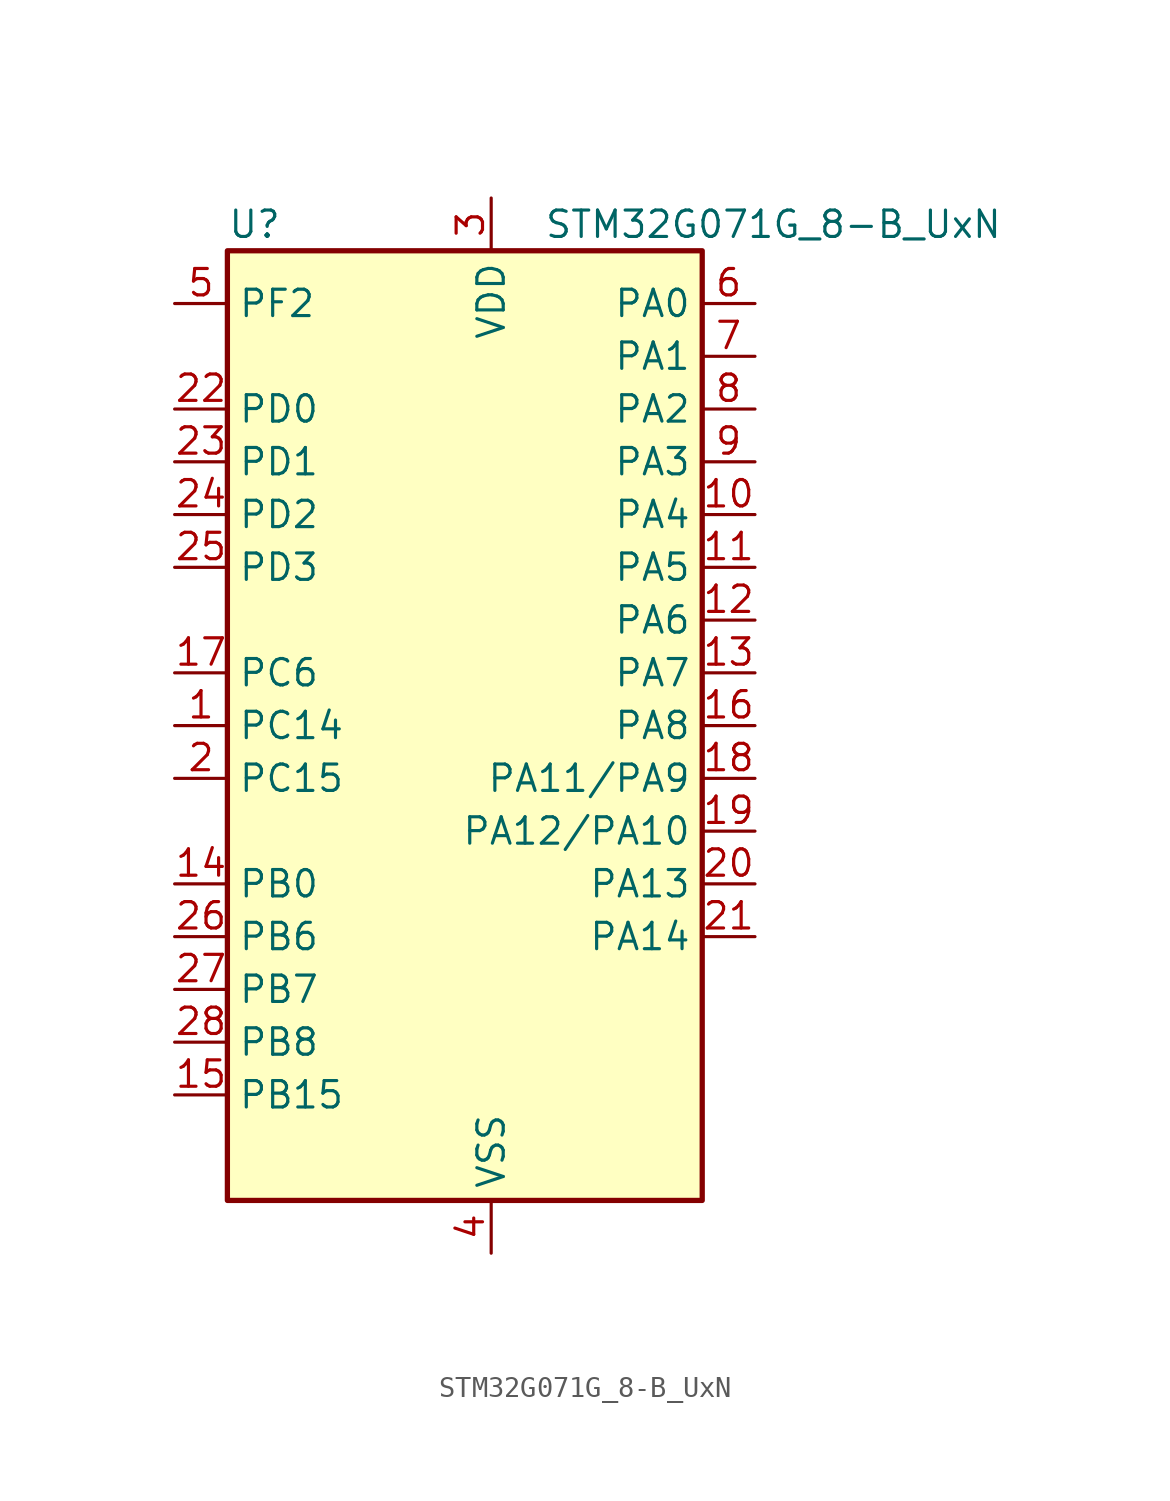
<source format=kicad_sym>
(kicad_symbol_lib
  (version 20231120)
  (generator "kicad_symbol_editor")
  (generator_version "8.0")
  (symbol "STM32G071G_8-B_UxN"
    (property "Reference" "U"
      (at -10.16 24.13 0)
      (effects (font (size 1.27 1.27)) (justify left)))
    (property "Value" "STM32G071G_8-B_UxN"
      (at 5.08 24.13 0)
      (effects (font (size 1.27 1.27)) (justify left)))
    (property "ki_locked" ""
      (at 0 0 0)
      (effects (font (size 1.27 1.27))))
    (symbol "STM32G071G_8-B_UxN_0_1"
      (rectangle (start -10.16 -22.86) (end 12.7 22.86) (stroke (width 0.254) (type default)) (fill (type background))))
    (symbol "STM32G071G_8-B_UxN_1_1"
      (pin bidirectional line (at -12.7 0 0) (length 2.54) (name "PC14" (effects (font (size 1.27 1.27)))) (number "1" (effects (font (size 1.27 1.27)))) (alternate "RCC_OSC32_IN" bidirectional line) (alternate "RCC_OSC_IN" bidirectional line) (alternate "TIM1_BK2" bidirectional line))
      (pin bidirectional line (at 15.24 10.16 180) (length 2.54) (name "PA4" (effects (font (size 1.27 1.27)))) (number "10" (effects (font (size 1.27 1.27)))) (alternate "ADC1_IN4" bidirectional line) (alternate "DAC1_OUT1" bidirectional line) (alternate "I2S1_WS" bidirectional line) (alternate "LPTIM2_OUT" bidirectional line) (alternate "RTC_OUT_ALARM" bidirectional line) (alternate "RTC_OUT_CALIB" bidirectional line) (alternate "RTC_TAMP_IN1" bidirectional line) (alternate "RTC_TS" bidirectional line) (alternate "SPI1_NSS" bidirectional line) (alternate "SPI2_MOSI" bidirectional line) (alternate "SYS_WKUP2" bidirectional line) (alternate "TIM14_CH1" bidirectional line) (alternate "UCPD2_FRSTX1" bidirectional line) (alternate "UCPD2_FRSTX2" bidirectional line))
      (pin bidirectional line (at 15.24 7.62 180) (length 2.54) (name "PA5" (effects (font (size 1.27 1.27)))) (number "11" (effects (font (size 1.27 1.27)))) (alternate "ADC1_IN5" bidirectional line) (alternate "CEC" bidirectional line) (alternate "DAC1_OUT2" bidirectional line) (alternate "I2S1_CK" bidirectional line) (alternate "LPTIM2_ETR" bidirectional line) (alternate "SPI1_SCK" bidirectional line) (alternate "TIM2_CH1" bidirectional line) (alternate "TIM2_ETR" bidirectional line) (alternate "UCPD1_FRSTX1" bidirectional line) (alternate "UCPD1_FRSTX2" bidirectional line) (alternate "USART3_TX" bidirectional line))
      (pin bidirectional line (at 15.24 5.08 180) (length 2.54) (name "PA6" (effects (font (size 1.27 1.27)))) (number "12" (effects (font (size 1.27 1.27)))) (alternate "ADC1_IN6" bidirectional line) (alternate "COMP1_OUT" bidirectional line) (alternate "I2S1_MCK" bidirectional line) (alternate "LPUART1_CTS" bidirectional line) (alternate "SPI1_MISO" bidirectional line) (alternate "TIM16_CH1" bidirectional line) (alternate "TIM1_BK" bidirectional line) (alternate "TIM3_CH1" bidirectional line) (alternate "USART3_CTS" bidirectional line) (alternate "USART3_NSS" bidirectional line))
      (pin bidirectional line (at 15.24 2.54 180) (length 2.54) (name "PA7" (effects (font (size 1.27 1.27)))) (number "13" (effects (font (size 1.27 1.27)))) (alternate "ADC1_IN7" bidirectional line) (alternate "COMP2_OUT" bidirectional line) (alternate "I2S1_SD" bidirectional line) (alternate "SPI1_MOSI" bidirectional line) (alternate "TIM14_CH1" bidirectional line) (alternate "TIM17_CH1" bidirectional line) (alternate "TIM1_CH1N" bidirectional line) (alternate "TIM3_CH2" bidirectional line) (alternate "UCPD1_FRSTX1" bidirectional line) (alternate "UCPD1_FRSTX2" bidirectional line))
      (pin bidirectional line (at -12.7 -7.62 0) (length 2.54) (name "PB0" (effects (font (size 1.27 1.27)))) (number "14" (effects (font (size 1.27 1.27)))) (alternate "ADC1_IN8" bidirectional line) (alternate "COMP1_OUT" bidirectional line) (alternate "I2S1_WS" bidirectional line) (alternate "LPTIM1_OUT" bidirectional line) (alternate "SPI1_NSS" bidirectional line) (alternate "TIM1_CH2N" bidirectional line) (alternate "TIM3_CH3" bidirectional line) (alternate "UCPD1_DBCC2" bidirectional line) (alternate "UCPD1_FRSTX1" bidirectional line) (alternate "UCPD1_FRSTX2" bidirectional line) (alternate "USART3_RX" bidirectional line))
      (pin bidirectional line (at -12.7 -17.78 0) (length 2.54) (name "PB15" (effects (font (size 1.27 1.27)))) (number "15" (effects (font (size 1.27 1.27)))) (alternate "RTC_REFIN" bidirectional line) (alternate "SPI2_MOSI" bidirectional line) (alternate "TIM15_CH1N" bidirectional line) (alternate "TIM15_CH2" bidirectional line) (alternate "TIM1_CH3N" bidirectional line) (alternate "UCPD1_CC2" bidirectional line))
      (pin bidirectional line (at 15.24 0 180) (length 2.54) (name "PA8" (effects (font (size 1.27 1.27)))) (number "16" (effects (font (size 1.27 1.27)))) (alternate "LPTIM2_OUT" bidirectional line) (alternate "RCC_MCO" bidirectional line) (alternate "SPI2_NSS" bidirectional line) (alternate "TIM1_CH1" bidirectional line) (alternate "UCPD1_CC1" bidirectional line))
      (pin bidirectional line (at -12.7 2.54 0) (length 2.54) (name "PC6" (effects (font (size 1.27 1.27)))) (number "17" (effects (font (size 1.27 1.27)))) (alternate "TIM2_CH3" bidirectional line) (alternate "TIM3_CH1" bidirectional line) (alternate "UCPD1_DBCC1" bidirectional line) (alternate "UCPD1_FRSTX1" bidirectional line) (alternate "UCPD1_FRSTX2" bidirectional line))
      (pin bidirectional line (at 15.24 -2.54 180) (length 2.54) (name "PA11/PA9" (effects (font (size 1.27 1.27)))) (number "18" (effects (font (size 1.27 1.27)))) (alternate "ADC1_EXTI11" bidirectional line) (alternate "COMP1_OUT" bidirectional line) (alternate "I2C2_SCL" bidirectional line) (alternate "I2S1_MCK" bidirectional line) (alternate "SPI1_MISO" bidirectional line) (alternate "TIM1_BK2" bidirectional line) (alternate "TIM1_CH4" bidirectional line) (alternate "USART1_CTS" bidirectional line) (alternate "USART1_NSS" bidirectional line))
      (pin bidirectional line (at 15.24 -5.08 180) (length 2.54) (name "PA12/PA10" (effects (font (size 1.27 1.27)))) (number "19" (effects (font (size 1.27 1.27)))) (alternate "COMP2_OUT" bidirectional line) (alternate "I2C2_SDA" bidirectional line) (alternate "I2S1_SD" bidirectional line) (alternate "I2S_CKIN" bidirectional line) (alternate "SPI1_MOSI" bidirectional line) (alternate "TIM1_ETR" bidirectional line) (alternate "USART1_CK" bidirectional line) (alternate "USART1_DE" bidirectional line) (alternate "USART1_RTS" bidirectional line))
      (pin bidirectional line (at -12.7 -2.54 0) (length 2.54) (name "PC15" (effects (font (size 1.27 1.27)))) (number "2" (effects (font (size 1.27 1.27)))) (alternate "RCC_OSC32_EN" bidirectional line) (alternate "RCC_OSC32_OUT" bidirectional line) (alternate "RCC_OSC_EN" bidirectional line) (alternate "TIM15_BK" bidirectional line))
      (pin bidirectional line (at 15.24 -7.62 180) (length 2.54) (name "PA13" (effects (font (size 1.27 1.27)))) (number "20" (effects (font (size 1.27 1.27)))) (alternate "IR_OUT" bidirectional line) (alternate "SYS_SWDIO" bidirectional line))
      (pin bidirectional line (at 15.24 -10.16 180) (length 2.54) (name "PA14" (effects (font (size 1.27 1.27)))) (number "21" (effects (font (size 1.27 1.27)))) (alternate "SYS_SWCLK" bidirectional line) (alternate "USART2_TX" bidirectional line))
      (pin bidirectional line (at -12.7 15.24 0) (length 2.54) (name "PD0" (effects (font (size 1.27 1.27)))) (number "22" (effects (font (size 1.27 1.27)))) (alternate "SPI2_NSS" bidirectional line) (alternate "TIM16_CH1" bidirectional line) (alternate "UCPD2_CC1" bidirectional line))
      (pin bidirectional line (at -12.7 12.7 0) (length 2.54) (name "PD1" (effects (font (size 1.27 1.27)))) (number "23" (effects (font (size 1.27 1.27)))) (alternate "SPI2_SCK" bidirectional line) (alternate "TIM17_CH1" bidirectional line) (alternate "UCPD2_DBCC1" bidirectional line))
      (pin bidirectional line (at -12.7 10.16 0) (length 2.54) (name "PD2" (effects (font (size 1.27 1.27)))) (number "24" (effects (font (size 1.27 1.27)))) (alternate "TIM1_CH1N" bidirectional line) (alternate "TIM3_ETR" bidirectional line) (alternate "UCPD2_CC2" bidirectional line) (alternate "USART3_CK" bidirectional line) (alternate "USART3_DE" bidirectional line) (alternate "USART3_RTS" bidirectional line))
      (pin bidirectional line (at -12.7 7.62 0) (length 2.54) (name "PD3" (effects (font (size 1.27 1.27)))) (number "25" (effects (font (size 1.27 1.27)))) (alternate "SPI2_MISO" bidirectional line) (alternate "TIM1_CH2N" bidirectional line) (alternate "UCPD2_DBCC2" bidirectional line) (alternate "USART2_CTS" bidirectional line) (alternate "USART2_NSS" bidirectional line))
      (pin bidirectional line (at -12.7 -10.16 0) (length 2.54) (name "PB6" (effects (font (size 1.27 1.27)))) (number "26" (effects (font (size 1.27 1.27)))) (alternate "COMP2_INP" bidirectional line) (alternate "I2C1_SCL" bidirectional line) (alternate "LPTIM1_ETR" bidirectional line) (alternate "SPI2_MISO" bidirectional line) (alternate "TIM16_CH1N" bidirectional line) (alternate "TIM1_CH3" bidirectional line) (alternate "USART1_TX" bidirectional line))
      (pin bidirectional line (at -12.7 -12.7 0) (length 2.54) (name "PB7" (effects (font (size 1.27 1.27)))) (number "27" (effects (font (size 1.27 1.27)))) (alternate "COMP2_INM" bidirectional line) (alternate "I2C1_SDA" bidirectional line) (alternate "LPTIM1_IN2" bidirectional line) (alternate "SPI2_MOSI" bidirectional line) (alternate "SYS_PVD_IN" bidirectional line) (alternate "TIM17_CH1N" bidirectional line) (alternate "USART1_RX" bidirectional line) (alternate "USART4_CTS" bidirectional line) (alternate "USART4_NSS" bidirectional line))
      (pin bidirectional line (at -12.7 -15.24 0) (length 2.54) (name "PB8" (effects (font (size 1.27 1.27)))) (number "28" (effects (font (size 1.27 1.27)))) (alternate "CEC" bidirectional line) (alternate "I2C1_SCL" bidirectional line) (alternate "SPI2_SCK" bidirectional line) (alternate "TIM15_BK" bidirectional line) (alternate "TIM16_CH1" bidirectional line) (alternate "USART3_TX" bidirectional line))
      (pin power_in line (at 2.54 25.4 270) (length 2.54) (name "VDD" (effects (font (size 1.27 1.27)))) (number "3" (effects (font (size 1.27 1.27)))))
      (pin power_in line (at 2.54 -25.4 90) (length 2.54) (name "VSS" (effects (font (size 1.27 1.27)))) (number "4" (effects (font (size 1.27 1.27)))))
      (pin bidirectional line (at -12.7 20.32 0) (length 2.54) (name "PF2" (effects (font (size 1.27 1.27)))) (number "5" (effects (font (size 1.27 1.27)))) (alternate "RCC_MCO" bidirectional line))
      (pin bidirectional line (at 15.24 20.32 180) (length 2.54) (name "PA0" (effects (font (size 1.27 1.27)))) (number "6" (effects (font (size 1.27 1.27)))) (alternate "ADC1_IN0" bidirectional line) (alternate "COMP1_INM" bidirectional line) (alternate "COMP1_OUT" bidirectional line) (alternate "LPTIM1_OUT" bidirectional line) (alternate "RTC_TAMP_IN2" bidirectional line) (alternate "SPI2_SCK" bidirectional line) (alternate "SYS_WKUP1" bidirectional line) (alternate "TIM2_CH1" bidirectional line) (alternate "TIM2_ETR" bidirectional line) (alternate "UCPD2_FRSTX1" bidirectional line) (alternate "UCPD2_FRSTX2" bidirectional line) (alternate "USART2_CTS" bidirectional line) (alternate "USART2_NSS" bidirectional line) (alternate "USART4_TX" bidirectional line))
      (pin bidirectional line (at 15.24 17.78 180) (length 2.54) (name "PA1" (effects (font (size 1.27 1.27)))) (number "7" (effects (font (size 1.27 1.27)))) (alternate "ADC1_IN1" bidirectional line) (alternate "COMP1_INP" bidirectional line) (alternate "I2C1_SMBA" bidirectional line) (alternate "I2S1_CK" bidirectional line) (alternate "SPI1_SCK" bidirectional line) (alternate "TIM15_CH1N" bidirectional line) (alternate "TIM2_CH2" bidirectional line) (alternate "USART2_CK" bidirectional line) (alternate "USART2_DE" bidirectional line) (alternate "USART2_RTS" bidirectional line) (alternate "USART4_RX" bidirectional line))
      (pin bidirectional line (at 15.24 15.24 180) (length 2.54) (name "PA2" (effects (font (size 1.27 1.27)))) (number "8" (effects (font (size 1.27 1.27)))) (alternate "ADC1_IN2" bidirectional line) (alternate "COMP2_INM" bidirectional line) (alternate "COMP2_OUT" bidirectional line) (alternate "I2S1_SD" bidirectional line) (alternate "LPUART1_TX" bidirectional line) (alternate "RCC_LSCO" bidirectional line) (alternate "SPI1_MOSI" bidirectional line) (alternate "SYS_WKUP4" bidirectional line) (alternate "TIM15_CH1" bidirectional line) (alternate "TIM2_CH3" bidirectional line) (alternate "UCPD1_FRSTX1" bidirectional line) (alternate "UCPD1_FRSTX2" bidirectional line) (alternate "USART2_TX" bidirectional line))
      (pin bidirectional line (at 15.24 12.7 180) (length 2.54) (name "PA3" (effects (font (size 1.27 1.27)))) (number "9" (effects (font (size 1.27 1.27)))) (alternate "ADC1_IN3" bidirectional line) (alternate "COMP2_INP" bidirectional line) (alternate "LPUART1_RX" bidirectional line) (alternate "SPI2_MISO" bidirectional line) (alternate "TIM15_CH2" bidirectional line) (alternate "TIM2_CH4" bidirectional line) (alternate "UCPD2_FRSTX1" bidirectional line) (alternate "UCPD2_FRSTX2" bidirectional line) (alternate "USART2_RX" bidirectional line)))))
</source>
